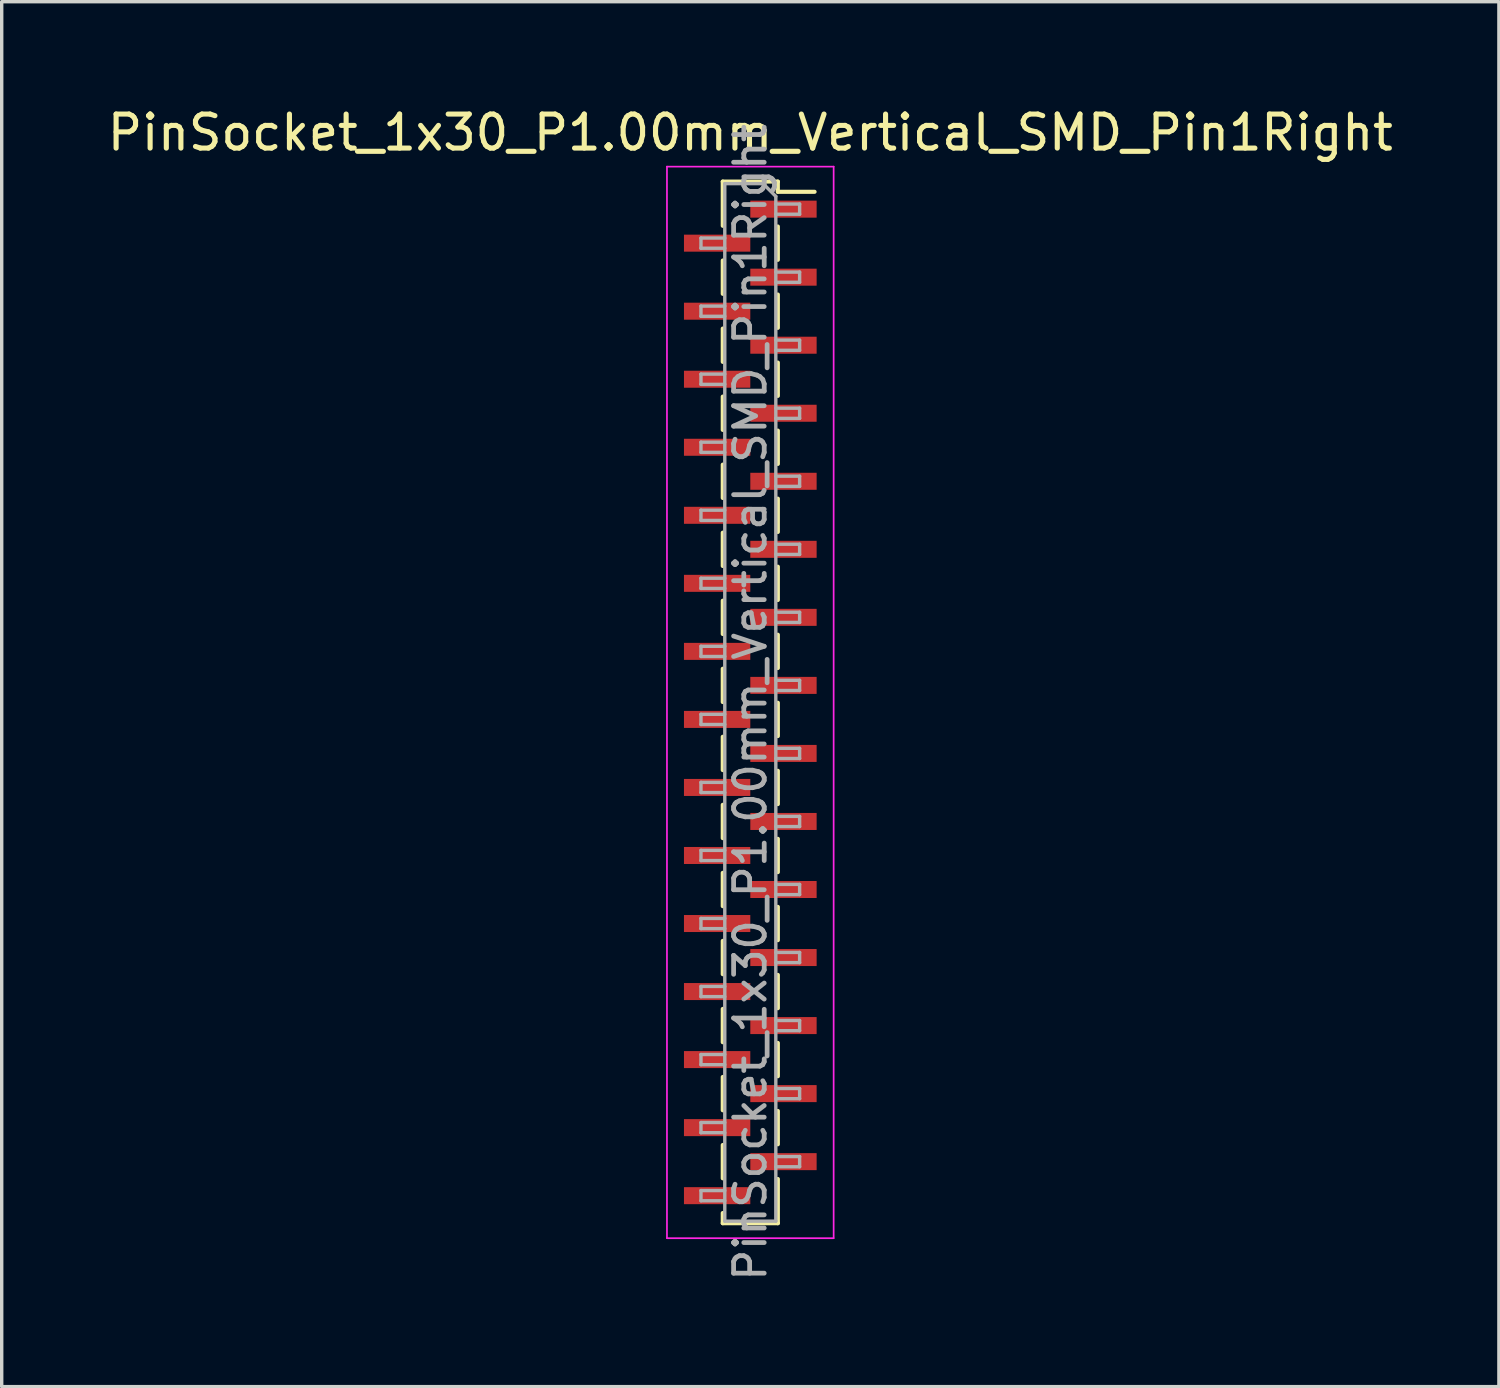
<source format=kicad_pcb>
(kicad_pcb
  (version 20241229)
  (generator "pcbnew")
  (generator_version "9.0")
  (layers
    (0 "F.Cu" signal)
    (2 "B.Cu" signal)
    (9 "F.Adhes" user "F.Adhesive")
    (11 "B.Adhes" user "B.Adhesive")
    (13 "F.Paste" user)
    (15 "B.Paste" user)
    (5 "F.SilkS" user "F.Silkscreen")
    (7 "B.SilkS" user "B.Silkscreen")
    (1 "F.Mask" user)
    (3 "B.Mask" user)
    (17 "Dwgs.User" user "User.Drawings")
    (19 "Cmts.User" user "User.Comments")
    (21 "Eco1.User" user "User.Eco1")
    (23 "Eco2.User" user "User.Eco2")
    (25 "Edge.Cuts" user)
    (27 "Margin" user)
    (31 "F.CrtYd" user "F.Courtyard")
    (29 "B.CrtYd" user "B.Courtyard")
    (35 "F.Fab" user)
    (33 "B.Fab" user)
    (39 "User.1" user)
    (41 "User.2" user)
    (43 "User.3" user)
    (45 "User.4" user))
  (footprint "PinSocket_1x30_P1.00mm_Vertical_SMD_Pin1Right"
    (layer "F.Cu")
    (at 19.006 17.598)
    (property "Reference" "PinSocket_1x30_P1.00mm_Vertical_SMD_Pin1Right" (at 0 -16.75 0) (layer "F.SilkS") (effects (font (size 1 1) (thickness 0.15))))
    (attr smd)
    (fp_line (start -0.81 -15.31) (end -0.81 -14.01) (stroke (width 0.12) (type solid)) (layer "F.SilkS"))
    (fp_line (start -0.81 -15.31) (end 0.81 -15.31) (stroke (width 0.12) (type solid)) (layer "F.SilkS"))
    (fp_line (start -0.81 -12.99) (end -0.81 -12.01) (stroke (width 0.12) (type solid)) (layer "F.SilkS"))
    (fp_line (start -0.81 -10.99) (end -0.81 -10.01) (stroke (width 0.12) (type solid)) (layer "F.SilkS"))
    (fp_line (start -0.81 -8.99) (end -0.81 -8.01) (stroke (width 0.12) (type solid)) (layer "F.SilkS"))
    (fp_line (start -0.81 -6.99) (end -0.81 -6.01) (stroke (width 0.12) (type solid)) (layer "F.SilkS"))
    (fp_line (start -0.81 -4.99) (end -0.81 -4.01) (stroke (width 0.12) (type solid)) (layer "F.SilkS"))
    (fp_line (start -0.81 -2.99) (end -0.81 -2.01) (stroke (width 0.12) (type solid)) (layer "F.SilkS"))
    (fp_line (start -0.81 -0.99) (end -0.81 -0.01) (stroke (width 0.12) (type solid)) (layer "F.SilkS"))
    (fp_line (start -0.81 1.01) (end -0.81 1.99) (stroke (width 0.12) (type solid)) (layer "F.SilkS"))
    (fp_line (start -0.81 3.01) (end -0.81 3.99) (stroke (width 0.12) (type solid)) (layer "F.SilkS"))
    (fp_line (start -0.81 5.01) (end -0.81 5.99) (stroke (width 0.12) (type solid)) (layer "F.SilkS"))
    (fp_line (start -0.81 7.01) (end -0.81 7.99) (stroke (width 0.12) (type solid)) (layer "F.SilkS"))
    (fp_line (start -0.81 9.01) (end -0.81 9.99) (stroke (width 0.12) (type solid)) (layer "F.SilkS"))
    (fp_line (start -0.81 11.01) (end -0.81 11.99) (stroke (width 0.12) (type solid)) (layer "F.SilkS"))
    (fp_line (start -0.81 13.01) (end -0.81 13.99) (stroke (width 0.12) (type solid)) (layer "F.SilkS"))
    (fp_line (start -0.81 15.01) (end -0.81 15.31) (stroke (width 0.12) (type solid)) (layer "F.SilkS"))
    (fp_line (start -0.81 15.31) (end 0.81 15.31) (stroke (width 0.12) (type solid)) (layer "F.SilkS"))
    (fp_line (start 0.81 -15.31) (end 0.81 -15.01) (stroke (width 0.12) (type solid)) (layer "F.SilkS"))
    (fp_line (start 0.81 -15.01) (end 1.89 -15.01) (stroke (width 0.12) (type solid)) (layer "F.SilkS"))
    (fp_line (start 0.81 -13.99) (end 0.81 -13.01) (stroke (width 0.12) (type solid)) (layer "F.SilkS"))
    (fp_line (start 0.81 -11.99) (end 0.81 -11.01) (stroke (width 0.12) (type solid)) (layer "F.SilkS"))
    (fp_line (start 0.81 -9.99) (end 0.81 -9.01) (stroke (width 0.12) (type solid)) (layer "F.SilkS"))
    (fp_line (start 0.81 -7.99) (end 0.81 -7.01) (stroke (width 0.12) (type solid)) (layer "F.SilkS"))
    (fp_line (start 0.81 -5.99) (end 0.81 -5.01) (stroke (width 0.12) (type solid)) (layer "F.SilkS"))
    (fp_line (start 0.81 -3.99) (end 0.81 -3.01) (stroke (width 0.12) (type solid)) (layer "F.SilkS"))
    (fp_line (start 0.81 -1.99) (end 0.81 -1.01) (stroke (width 0.12) (type solid)) (layer "F.SilkS"))
    (fp_line (start 0.81 0.01) (end 0.81 0.99) (stroke (width 0.12) (type solid)) (layer "F.SilkS"))
    (fp_line (start 0.81 2.01) (end 0.81 2.99) (stroke (width 0.12) (type solid)) (layer "F.SilkS"))
    (fp_line (start 0.81 4.01) (end 0.81 4.99) (stroke (width 0.12) (type solid)) (layer "F.SilkS"))
    (fp_line (start 0.81 6.01) (end 0.81 6.99) (stroke (width 0.12) (type solid)) (layer "F.SilkS"))
    (fp_line (start 0.81 8.01) (end 0.81 8.99) (stroke (width 0.12) (type solid)) (layer "F.SilkS"))
    (fp_line (start 0.81 10.01) (end 0.81 10.99) (stroke (width 0.12) (type solid)) (layer "F.SilkS"))
    (fp_line (start 0.81 12.01) (end 0.81 12.99) (stroke (width 0.12) (type solid)) (layer "F.SilkS"))
    (fp_line (start 0.81 14.01) (end 0.81 15.31) (stroke (width 0.12) (type solid)) (layer "F.SilkS"))
    (fp_line (start -2.45 -15.75) (end 2.45 -15.75) (stroke (width 0.05) (type solid)) (layer "F.CrtYd"))
    (fp_line (start -2.45 15.75) (end -2.45 -15.75) (stroke (width 0.05) (type solid)) (layer "F.CrtYd"))
    (fp_line (start 2.45 -15.75) (end 2.45 15.75) (stroke (width 0.05) (type solid)) (layer "F.CrtYd"))
    (fp_line (start 2.45 15.75) (end -2.45 15.75) (stroke (width 0.05) (type solid)) (layer "F.CrtYd"))
    (fp_line (start -1.45 -13.65) (end -0.75 -13.65) (stroke (width 0.1) (type solid)) (layer "F.Fab"))
    (fp_line (start -1.45 -13.35) (end -1.45 -13.65) (stroke (width 0.1) (type solid)) (layer "F.Fab"))
    (fp_line (start -1.45 -11.65) (end -0.75 -11.65) (stroke (width 0.1) (type solid)) (layer "F.Fab"))
    (fp_line (start -1.45 -11.35) (end -1.45 -11.65) (stroke (width 0.1) (type solid)) (layer "F.Fab"))
    (fp_line (start -1.45 -9.65) (end -0.75 -9.65) (stroke (width 0.1) (type solid)) (layer "F.Fab"))
    (fp_line (start -1.45 -9.35) (end -1.45 -9.65) (stroke (width 0.1) (type solid)) (layer "F.Fab"))
    (fp_line (start -1.45 -7.65) (end -0.75 -7.65) (stroke (width 0.1) (type solid)) (layer "F.Fab"))
    (fp_line (start -1.45 -7.35) (end -1.45 -7.65) (stroke (width 0.1) (type solid)) (layer "F.Fab"))
    (fp_line (start -1.45 -5.65) (end -0.75 -5.65) (stroke (width 0.1) (type solid)) (layer "F.Fab"))
    (fp_line (start -1.45 -5.35) (end -1.45 -5.65) (stroke (width 0.1) (type solid)) (layer "F.Fab"))
    (fp_line (start -1.45 -3.65) (end -0.75 -3.65) (stroke (width 0.1) (type solid)) (layer "F.Fab"))
    (fp_line (start -1.45 -3.35) (end -1.45 -3.65) (stroke (width 0.1) (type solid)) (layer "F.Fab"))
    (fp_line (start -1.45 -1.65) (end -0.75 -1.65) (stroke (width 0.1) (type solid)) (layer "F.Fab"))
    (fp_line (start -1.45 -1.35) (end -1.45 -1.65) (stroke (width 0.1) (type solid)) (layer "F.Fab"))
    (fp_line (start -1.45 0.35) (end -0.75 0.35) (stroke (width 0.1) (type solid)) (layer "F.Fab"))
    (fp_line (start -1.45 0.65) (end -1.45 0.35) (stroke (width 0.1) (type solid)) (layer "F.Fab"))
    (fp_line (start -1.45 2.35) (end -0.75 2.35) (stroke (width 0.1) (type solid)) (layer "F.Fab"))
    (fp_line (start -1.45 2.65) (end -1.45 2.35) (stroke (width 0.1) (type solid)) (layer "F.Fab"))
    (fp_line (start -1.45 4.35) (end -0.75 4.35) (stroke (width 0.1) (type solid)) (layer "F.Fab"))
    (fp_line (start -1.45 4.65) (end -1.45 4.35) (stroke (width 0.1) (type solid)) (layer "F.Fab"))
    (fp_line (start -1.45 6.35) (end -0.75 6.35) (stroke (width 0.1) (type solid)) (layer "F.Fab"))
    (fp_line (start -1.45 6.65) (end -1.45 6.35) (stroke (width 0.1) (type solid)) (layer "F.Fab"))
    (fp_line (start -1.45 8.35) (end -0.75 8.35) (stroke (width 0.1) (type solid)) (layer "F.Fab"))
    (fp_line (start -1.45 8.65) (end -1.45 8.35) (stroke (width 0.1) (type solid)) (layer "F.Fab"))
    (fp_line (start -1.45 10.35) (end -0.75 10.35) (stroke (width 0.1) (type solid)) (layer "F.Fab"))
    (fp_line (start -1.45 10.65) (end -1.45 10.35) (stroke (width 0.1) (type solid)) (layer "F.Fab"))
    (fp_line (start -1.45 12.35) (end -0.75 12.35) (stroke (width 0.1) (type solid)) (layer "F.Fab"))
    (fp_line (start -1.45 12.65) (end -1.45 12.35) (stroke (width 0.1) (type solid)) (layer "F.Fab"))
    (fp_line (start -1.45 14.35) (end -0.75 14.35) (stroke (width 0.1) (type solid)) (layer "F.Fab"))
    (fp_line (start -1.45 14.65) (end -1.45 14.35) (stroke (width 0.1) (type solid)) (layer "F.Fab"))
    (fp_line (start -0.75 -15.25) (end 0.375 -15.25) (stroke (width 0.1) (type solid)) (layer "F.Fab"))
    (fp_line (start -0.75 -13.35) (end -1.45 -13.35) (stroke (width 0.1) (type solid)) (layer "F.Fab"))
    (fp_line (start -0.75 -11.35) (end -1.45 -11.35) (stroke (width 0.1) (type solid)) (layer "F.Fab"))
    (fp_line (start -0.75 -9.35) (end -1.45 -9.35) (stroke (width 0.1) (type solid)) (layer "F.Fab"))
    (fp_line (start -0.75 -7.35) (end -1.45 -7.35) (stroke (width 0.1) (type solid)) (layer "F.Fab"))
    (fp_line (start -0.75 -5.35) (end -1.45 -5.35) (stroke (width 0.1) (type solid)) (layer "F.Fab"))
    (fp_line (start -0.75 -3.35) (end -1.45 -3.35) (stroke (width 0.1) (type solid)) (layer "F.Fab"))
    (fp_line (start -0.75 -1.35) (end -1.45 -1.35) (stroke (width 0.1) (type solid)) (layer "F.Fab"))
    (fp_line (start -0.75 0.65) (end -1.45 0.65) (stroke (width 0.1) (type solid)) (layer "F.Fab"))
    (fp_line (start -0.75 2.65) (end -1.45 2.65) (stroke (width 0.1) (type solid)) (layer "F.Fab"))
    (fp_line (start -0.75 4.65) (end -1.45 4.65) (stroke (width 0.1) (type solid)) (layer "F.Fab"))
    (fp_line (start -0.75 6.65) (end -1.45 6.65) (stroke (width 0.1) (type solid)) (layer "F.Fab"))
    (fp_line (start -0.75 8.65) (end -1.45 8.65) (stroke (width 0.1) (type solid)) (layer "F.Fab"))
    (fp_line (start -0.75 10.65) (end -1.45 10.65) (stroke (width 0.1) (type solid)) (layer "F.Fab"))
    (fp_line (start -0.75 12.65) (end -1.45 12.65) (stroke (width 0.1) (type solid)) (layer "F.Fab"))
    (fp_line (start -0.75 14.65) (end -1.45 14.65) (stroke (width 0.1) (type solid)) (layer "F.Fab"))
    (fp_line (start -0.75 15.25) (end -0.75 -15.25) (stroke (width 0.1) (type solid)) (layer "F.Fab"))
    (fp_line (start 0.375 -15.25) (end 0.75 -14.875) (stroke (width 0.1) (type solid)) (layer "F.Fab"))
    (fp_line (start 0.75 -14.875) (end 0.75 15.25) (stroke (width 0.1) (type solid)) (layer "F.Fab"))
    (fp_line (start 0.75 -14.65) (end 1.45 -14.65) (stroke (width 0.1) (type solid)) (layer "F.Fab"))
    (fp_line (start 0.75 -12.65) (end 1.45 -12.65) (stroke (width 0.1) (type solid)) (layer "F.Fab"))
    (fp_line (start 0.75 -10.65) (end 1.45 -10.65) (stroke (width 0.1) (type solid)) (layer "F.Fab"))
    (fp_line (start 0.75 -8.65) (end 1.45 -8.65) (stroke (width 0.1) (type solid)) (layer "F.Fab"))
    (fp_line (start 0.75 -6.65) (end 1.45 -6.65) (stroke (width 0.1) (type solid)) (layer "F.Fab"))
    (fp_line (start 0.75 -4.65) (end 1.45 -4.65) (stroke (width 0.1) (type solid)) (layer "F.Fab"))
    (fp_line (start 0.75 -2.65) (end 1.45 -2.65) (stroke (width 0.1) (type solid)) (layer "F.Fab"))
    (fp_line (start 0.75 -0.65) (end 1.45 -0.65) (stroke (width 0.1) (type solid)) (layer "F.Fab"))
    (fp_line (start 0.75 1.35) (end 1.45 1.35) (stroke (width 0.1) (type solid)) (layer "F.Fab"))
    (fp_line (start 0.75 3.35) (end 1.45 3.35) (stroke (width 0.1) (type solid)) (layer "F.Fab"))
    (fp_line (start 0.75 5.35) (end 1.45 5.35) (stroke (width 0.1) (type solid)) (layer "F.Fab"))
    (fp_line (start 0.75 7.35) (end 1.45 7.35) (stroke (width 0.1) (type solid)) (layer "F.Fab"))
    (fp_line (start 0.75 9.35) (end 1.45 9.35) (stroke (width 0.1) (type solid)) (layer "F.Fab"))
    (fp_line (start 0.75 11.35) (end 1.45 11.35) (stroke (width 0.1) (type solid)) (layer "F.Fab"))
    (fp_line (start 0.75 13.35) (end 1.45 13.35) (stroke (width 0.1) (type solid)) (layer "F.Fab"))
    (fp_line (start 0.75 15.25) (end -0.75 15.25) (stroke (width 0.1) (type solid)) (layer "F.Fab"))
    (fp_line (start 1.45 -14.65) (end 1.45 -14.35) (stroke (width 0.1) (type solid)) (layer "F.Fab"))
    (fp_line (start 1.45 -14.35) (end 0.75 -14.35) (stroke (width 0.1) (type solid)) (layer "F.Fab"))
    (fp_line (start 1.45 -12.65) (end 1.45 -12.35) (stroke (width 0.1) (type solid)) (layer "F.Fab"))
    (fp_line (start 1.45 -12.35) (end 0.75 -12.35) (stroke (width 0.1) (type solid)) (layer "F.Fab"))
    (fp_line (start 1.45 -10.65) (end 1.45 -10.35) (stroke (width 0.1) (type solid)) (layer "F.Fab"))
    (fp_line (start 1.45 -10.35) (end 0.75 -10.35) (stroke (width 0.1) (type solid)) (layer "F.Fab"))
    (fp_line (start 1.45 -8.65) (end 1.45 -8.35) (stroke (width 0.1) (type solid)) (layer "F.Fab"))
    (fp_line (start 1.45 -8.35) (end 0.75 -8.35) (stroke (width 0.1) (type solid)) (layer "F.Fab"))
    (fp_line (start 1.45 -6.65) (end 1.45 -6.35) (stroke (width 0.1) (type solid)) (layer "F.Fab"))
    (fp_line (start 1.45 -6.35) (end 0.75 -6.35) (stroke (width 0.1) (type solid)) (layer "F.Fab"))
    (fp_line (start 1.45 -4.65) (end 1.45 -4.35) (stroke (width 0.1) (type solid)) (layer "F.Fab"))
    (fp_line (start 1.45 -4.35) (end 0.75 -4.35) (stroke (width 0.1) (type solid)) (layer "F.Fab"))
    (fp_line (start 1.45 -2.65) (end 1.45 -2.35) (stroke (width 0.1) (type solid)) (layer "F.Fab"))
    (fp_line (start 1.45 -2.35) (end 0.75 -2.35) (stroke (width 0.1) (type solid)) (layer "F.Fab"))
    (fp_line (start 1.45 -0.65) (end 1.45 -0.35) (stroke (width 0.1) (type solid)) (layer "F.Fab"))
    (fp_line (start 1.45 -0.35) (end 0.75 -0.35) (stroke (width 0.1) (type solid)) (layer "F.Fab"))
    (fp_line (start 1.45 1.35) (end 1.45 1.65) (stroke (width 0.1) (type solid)) (layer "F.Fab"))
    (fp_line (start 1.45 1.65) (end 0.75 1.65) (stroke (width 0.1) (type solid)) (layer "F.Fab"))
    (fp_line (start 1.45 3.35) (end 1.45 3.65) (stroke (width 0.1) (type solid)) (layer "F.Fab"))
    (fp_line (start 1.45 3.65) (end 0.75 3.65) (stroke (width 0.1) (type solid)) (layer "F.Fab"))
    (fp_line (start 1.45 5.35) (end 1.45 5.65) (stroke (width 0.1) (type solid)) (layer "F.Fab"))
    (fp_line (start 1.45 5.65) (end 0.75 5.65) (stroke (width 0.1) (type solid)) (layer "F.Fab"))
    (fp_line (start 1.45 7.35) (end 1.45 7.65) (stroke (width 0.1) (type solid)) (layer "F.Fab"))
    (fp_line (start 1.45 7.65) (end 0.75 7.65) (stroke (width 0.1) (type solid)) (layer "F.Fab"))
    (fp_line (start 1.45 9.35) (end 1.45 9.65) (stroke (width 0.1) (type solid)) (layer "F.Fab"))
    (fp_line (start 1.45 9.65) (end 0.75 9.65) (stroke (width 0.1) (type solid)) (layer "F.Fab"))
    (fp_line (start 1.45 11.35) (end 1.45 11.65) (stroke (width 0.1) (type solid)) (layer "F.Fab"))
    (fp_line (start 1.45 11.65) (end 0.75 11.65) (stroke (width 0.1) (type solid)) (layer "F.Fab"))
    (fp_line (start 1.45 13.35) (end 1.45 13.65) (stroke (width 0.1) (type solid)) (layer "F.Fab"))
    (fp_line (start 1.45 13.65) (end 0.75 13.65) (stroke (width 0.1) (type solid)) (layer "F.Fab"))
    (fp_text user "${REFERENCE}" (at 0 0 90) (layer "F.Fab") (effects (font (size 0.9 0.9) (thickness 0.14))))
    (pad "1" smd rect (at 0.975 -14.5) (size 1.95 0.5) (layers "F.Cu" "F.Mask" "F.Paste"))
    (pad "2" smd rect (at -0.975 -13.5) (size 1.95 0.5) (layers "F.Cu" "F.Mask" "F.Paste"))
    (pad "3" smd rect (at 0.975 -12.5) (size 1.95 0.5) (layers "F.Cu" "F.Mask" "F.Paste"))
    (pad "4" smd rect (at -0.975 -11.5) (size 1.95 0.5) (layers "F.Cu" "F.Mask" "F.Paste"))
    (pad "5" smd rect (at 0.975 -10.5) (size 1.95 0.5) (layers "F.Cu" "F.Mask" "F.Paste"))
    (pad "6" smd rect (at -0.975 -9.5) (size 1.95 0.5) (layers "F.Cu" "F.Mask" "F.Paste"))
    (pad "7" smd rect (at 0.975 -8.5) (size 1.95 0.5) (layers "F.Cu" "F.Mask" "F.Paste"))
    (pad "8" smd rect (at -0.975 -7.5) (size 1.95 0.5) (layers "F.Cu" "F.Mask" "F.Paste"))
    (pad "9" smd rect (at 0.975 -6.5) (size 1.95 0.5) (layers "F.Cu" "F.Mask" "F.Paste"))
    (pad "10" smd rect (at -0.975 -5.5) (size 1.95 0.5) (layers "F.Cu" "F.Mask" "F.Paste"))
    (pad "11" smd rect (at 0.975 -4.5) (size 1.95 0.5) (layers "F.Cu" "F.Mask" "F.Paste"))
    (pad "12" smd rect (at -0.975 -3.5) (size 1.95 0.5) (layers "F.Cu" "F.Mask" "F.Paste"))
    (pad "13" smd rect (at 0.975 -2.5) (size 1.95 0.5) (layers "F.Cu" "F.Mask" "F.Paste"))
    (pad "14" smd rect (at -0.975 -1.5) (size 1.95 0.5) (layers "F.Cu" "F.Mask" "F.Paste"))
    (pad "15" smd rect (at 0.975 -0.5) (size 1.95 0.5) (layers "F.Cu" "F.Mask" "F.Paste"))
    (pad "16" smd rect (at -0.975 0.5) (size 1.95 0.5) (layers "F.Cu" "F.Mask" "F.Paste"))
    (pad "17" smd rect (at 0.975 1.5) (size 1.95 0.5) (layers "F.Cu" "F.Mask" "F.Paste"))
    (pad "18" smd rect (at -0.975 2.5) (size 1.95 0.5) (layers "F.Cu" "F.Mask" "F.Paste"))
    (pad "19" smd rect (at 0.975 3.5) (size 1.95 0.5) (layers "F.Cu" "F.Mask" "F.Paste"))
    (pad "20" smd rect (at -0.975 4.5) (size 1.95 0.5) (layers "F.Cu" "F.Mask" "F.Paste"))
    (pad "21" smd rect (at 0.975 5.5) (size 1.95 0.5) (layers "F.Cu" "F.Mask" "F.Paste"))
    (pad "22" smd rect (at -0.975 6.5) (size 1.95 0.5) (layers "F.Cu" "F.Mask" "F.Paste"))
    (pad "23" smd rect (at 0.975 7.5) (size 1.95 0.5) (layers "F.Cu" "F.Mask" "F.Paste"))
    (pad "24" smd rect (at -0.975 8.5) (size 1.95 0.5) (layers "F.Cu" "F.Mask" "F.Paste"))
    (pad "25" smd rect (at 0.975 9.5) (size 1.95 0.5) (layers "F.Cu" "F.Mask" "F.Paste"))
    (pad "26" smd rect (at -0.975 10.5) (size 1.95 0.5) (layers "F.Cu" "F.Mask" "F.Paste"))
    (pad "27" smd rect (at 0.975 11.5) (size 1.95 0.5) (layers "F.Cu" "F.Mask" "F.Paste"))
    (pad "28" smd rect (at -0.975 12.5) (size 1.95 0.5) (layers "F.Cu" "F.Mask" "F.Paste"))
    (pad "29" smd rect (at 0.975 13.5) (size 1.95 0.5) (layers "F.Cu" "F.Mask" "F.Paste"))
    (pad "30" smd rect (at -0.975 14.5) (size 1.95 0.5) (layers "F.Cu" "F.Mask" "F.Paste")))
  (gr_rect
    (start -3 -3)
    (end 41.012 37.711)
    (stroke (width 0.1) (type default))
    (fill no)
    (layer "Edge.Cuts")))
</source>
